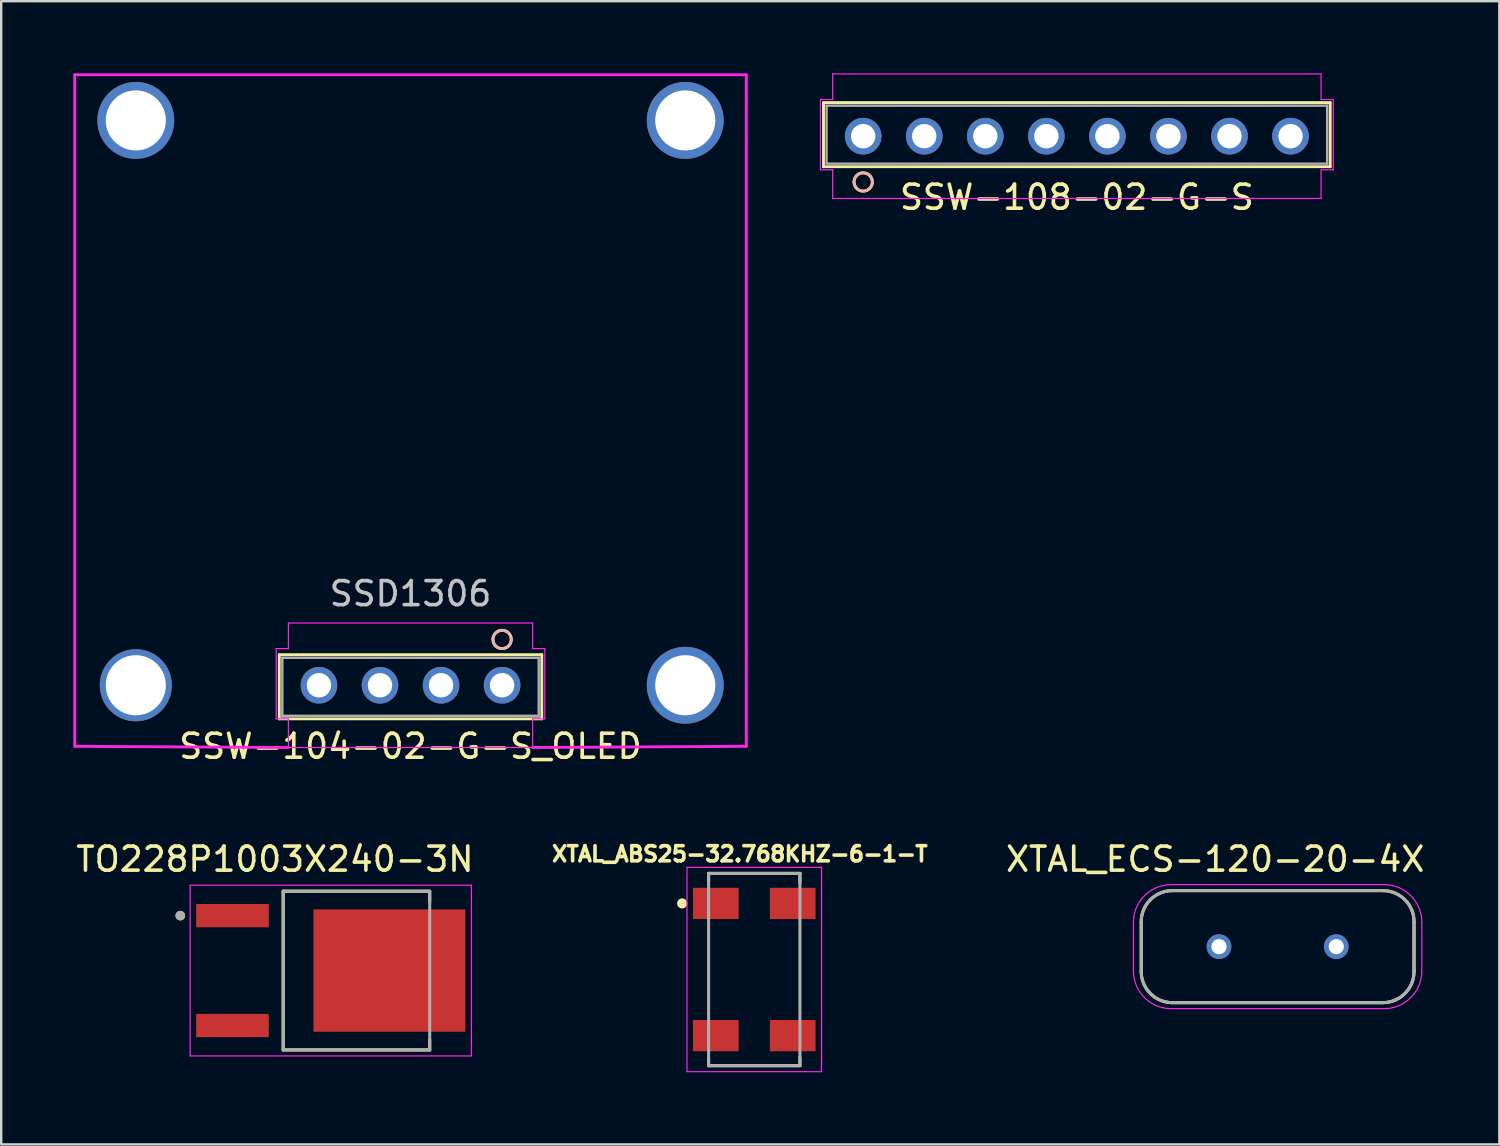
<source format=kicad_pcb>
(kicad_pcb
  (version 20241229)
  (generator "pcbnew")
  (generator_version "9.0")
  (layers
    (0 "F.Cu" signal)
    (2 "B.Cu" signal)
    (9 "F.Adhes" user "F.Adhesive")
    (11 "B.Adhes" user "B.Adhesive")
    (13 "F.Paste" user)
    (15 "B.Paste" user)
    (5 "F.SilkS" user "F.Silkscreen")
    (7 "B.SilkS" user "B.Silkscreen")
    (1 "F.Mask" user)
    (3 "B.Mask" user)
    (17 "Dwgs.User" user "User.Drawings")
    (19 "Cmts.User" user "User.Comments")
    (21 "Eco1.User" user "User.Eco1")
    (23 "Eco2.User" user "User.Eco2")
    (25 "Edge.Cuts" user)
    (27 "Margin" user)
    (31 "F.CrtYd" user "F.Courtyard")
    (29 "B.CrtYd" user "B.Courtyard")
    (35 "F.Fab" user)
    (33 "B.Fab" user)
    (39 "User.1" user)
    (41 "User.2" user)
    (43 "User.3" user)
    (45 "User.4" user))
  (footprint "TO228P1003X240-3N"
    (layer "F.Cu")
    (at 10.712 37.331)
    (property "Reference" "TO228P1003X240-3N" (at -2.325 -4.635 0) (layer "F.SilkS") (effects (font (size 1 1) (thickness 0.15))))
    (attr through_hole)
    (fp_line (start -1.98 3.302) (end -1.98 -3.302) (stroke (width 0.127) (type solid)) (layer "F.SilkS"))
    (fp_line (start 4.116 -3.302) (end -1.98 -3.302) (stroke (width 0.127) (type solid)) (layer "F.SilkS"))
    (fp_line (start 4.116 -2.865) (end 4.116 -3.302) (stroke (width 0.127) (type solid)) (layer "F.SilkS"))
    (fp_line (start 4.116 2.865) (end 4.116 3.302) (stroke (width 0.127) (type solid)) (layer "F.SilkS"))
    (fp_line (start 4.116 3.302) (end -1.98 3.302) (stroke (width 0.127) (type solid)) (layer "F.SilkS"))
    (fp_circle (center -6.261 -2.286) (end -6.161 -2.286) (stroke (width 0.2) (type solid)) (fill no) (layer "F.SilkS"))
    (fp_poly (pts (xy -0.45 -2.13) (xy 1.11 -2.13) (xy 1.11 -0.41) (xy -0.45 -0.41)) (stroke (width 0.01) (type solid)) (fill yes) (layer "F.Paste"))
    (fp_poly (pts (xy -0.45 0.41) (xy 1.11 0.41) (xy 1.11 2.13) (xy -0.45 2.13)) (stroke (width 0.01) (type solid)) (fill yes) (layer "F.Paste"))
    (fp_poly (pts (xy 1.66 -2.13) (xy 3.22 -2.13) (xy 3.22 -0.41) (xy 1.66 -0.41)) (stroke (width 0.01) (type solid)) (fill yes) (layer "F.Paste"))
    (fp_poly (pts (xy 1.66 0.41) (xy 3.22 0.41) (xy 3.22 2.13) (xy 1.66 2.13)) (stroke (width 0.01) (type solid)) (fill yes) (layer "F.Paste"))
    (fp_poly (pts (xy 3.77 -2.13) (xy 5.33 -2.13) (xy 5.33 -0.41) (xy 3.77 -0.41)) (stroke (width 0.01) (type solid)) (fill yes) (layer "F.Paste"))
    (fp_poly (pts (xy 3.77 0.41) (xy 5.33 0.41) (xy 5.33 2.13) (xy 3.77 2.13)) (stroke (width 0.01) (type solid)) (fill yes) (layer "F.Paste"))
    (fp_line (start -5.85 -3.552) (end -5.85 3.552) (stroke (width 0.05) (type solid)) (layer "F.CrtYd"))
    (fp_line (start -5.85 3.552) (end 5.85 3.552) (stroke (width 0.05) (type solid)) (layer "F.CrtYd"))
    (fp_line (start 5.85 -3.552) (end -5.85 -3.552) (stroke (width 0.05) (type solid)) (layer "F.CrtYd"))
    (fp_line (start 5.85 3.552) (end 5.85 -3.552) (stroke (width 0.05) (type solid)) (layer "F.CrtYd"))
    (fp_line (start -1.98 -3.302) (end 4.116 -3.302) (stroke (width 0.127) (type solid)) (layer "F.Fab"))
    (fp_line (start -1.98 3.302) (end -1.98 -3.302) (stroke (width 0.127) (type solid)) (layer "F.Fab"))
    (fp_line (start -1.98 3.302) (end 4.116 3.302) (stroke (width 0.127) (type solid)) (layer "F.Fab"))
    (fp_line (start 4.116 -3.302) (end 4.116 3.302) (stroke (width 0.127) (type solid)) (layer "F.Fab"))
    (fp_circle (center -6.261 -2.286) (end -6.161 -2.286) (stroke (width 0.2) (type solid)) (fill no) (layer "F.Fab"))
    (pad "1" smd rect (at -4.09 -2.286) (size 3.02 0.97) (layers "F.Cu" "F.Mask" "F.Paste"))
    (pad "3" smd rect (at -4.09 2.286) (size 3.02 0.97) (layers "F.Cu" "F.Mask" "F.Paste"))
    (pad "4" smd rect (at 2.44 0) (size 6.32 5.09) (layers "F.Cu" "F.Mask")))
  (footprint "SSW-108-02-G-S"
    (layer "F.Cu")
    (at 41.753 2.616)
    (property "Reference" "SSW-108-02-G-S" (at 0 2.54 0) (layer "F.SilkS") (effects (font (size 1 1) (thickness 0.15))))
    (attr through_hole)
    (fp_line (start -10.541 -1.397) (end -10.541 1.27) (stroke (width 0.12) (type solid)) (layer "F.SilkS"))
    (fp_line (start -10.541 1.27) (end 10.541 1.27) (stroke (width 0.12) (type solid)) (layer "F.SilkS"))
    (fp_line (start 10.541 -1.397) (end -10.541 -1.397) (stroke (width 0.12) (type solid)) (layer "F.SilkS"))
    (fp_line (start 10.541 1.27) (end 10.541 -1.397) (stroke (width 0.12) (type solid)) (layer "F.SilkS"))
    (fp_circle (center -8.89 1.905) (end -8.509 1.905) (stroke (width 0.12) (type solid)) (fill no) (layer "F.SilkS"))
    (fp_circle (center -8.89 1.905) (end -8.509 1.905) (stroke (width 0.12) (type solid)) (fill no) (layer "B.SilkS"))
    (fp_line (start -10.668 -1.524) (end -10.668 1.397) (stroke (width 0.05) (type solid)) (layer "F.CrtYd"))
    (fp_line (start -10.668 1.397) (end -10.16 1.397) (stroke (width 0.05) (type solid)) (layer "F.CrtYd"))
    (fp_line (start -10.16 -2.591) (end -10.16 -1.524) (stroke (width 0.05) (type solid)) (layer "F.CrtYd"))
    (fp_line (start -10.16 -1.524) (end -10.668 -1.524) (stroke (width 0.05) (type solid)) (layer "F.CrtYd"))
    (fp_line (start -10.16 1.397) (end -10.16 2.591) (stroke (width 0.05) (type solid)) (layer "F.CrtYd"))
    (fp_line (start -10.16 2.591) (end 10.16 2.591) (stroke (width 0.05) (type solid)) (layer "F.CrtYd"))
    (fp_line (start 10.16 -2.591) (end -10.16 -2.591) (stroke (width 0.05) (type solid)) (layer "F.CrtYd"))
    (fp_line (start 10.16 -1.524) (end 10.16 -2.591) (stroke (width 0.05) (type solid)) (layer "F.CrtYd"))
    (fp_line (start 10.16 1.397) (end 10.668 1.397) (stroke (width 0.05) (type solid)) (layer "F.CrtYd"))
    (fp_line (start 10.16 2.591) (end 10.16 1.397) (stroke (width 0.05) (type solid)) (layer "F.CrtYd"))
    (fp_line (start 10.668 -1.524) (end 10.16 -1.524) (stroke (width 0.05) (type solid)) (layer "F.CrtYd"))
    (fp_line (start 10.668 1.397) (end 10.668 -1.524) (stroke (width 0.05) (type solid)) (layer "F.CrtYd"))
    (fp_line (start -10.414 -1.27) (end -10.414 1.143) (stroke (width 0.1) (type solid)) (layer "F.Fab"))
    (fp_line (start -10.414 1.143) (end 10.414 1.143) (stroke (width 0.1) (type solid)) (layer "F.Fab"))
    (fp_line (start 10.414 -1.27) (end -10.414 -1.27) (stroke (width 0.1) (type solid)) (layer "F.Fab"))
    (fp_line (start 10.414 1.143) (end 10.414 -1.27) (stroke (width 0.1) (type solid)) (layer "F.Fab"))
    (fp_circle (center -8.89 0) (end -8.636 0) (stroke (width 0.1) (type solid)) (fill no) (layer "F.Fab"))
    (fp_text user "Copyright 2021 Accelerated Designs. All rights reserved." (at 0 0 0) (layer "Cmts.User") (effects (font (size 0.127 0.127) (thickness 0.002))))
    (pad "1" thru_hole circle (at -8.89 0 90) (size 1.524 1.524) (drill 1.016) (layers "*.Cu" "*.Mask"))
    (pad "2" thru_hole circle (at -6.35 0 90) (size 1.524 1.524) (drill 1.016) (layers "*.Cu" "*.Mask"))
    (pad "3" thru_hole circle (at -3.81 0 90) (size 1.524 1.524) (drill 1.016) (layers "*.Cu" "*.Mask"))
    (pad "4" thru_hole circle (at -1.27 0 90) (size 1.524 1.524) (drill 1.016) (layers "*.Cu" "*.Mask"))
    (pad "5" thru_hole circle (at 1.27 0 90) (size 1.524 1.524) (drill 1.016) (layers "*.Cu" "*.Mask"))
    (pad "6" thru_hole circle (at 3.81 0 90) (size 1.524 1.524) (drill 1.016) (layers "*.Cu" "*.Mask"))
    (pad "7" thru_hole circle (at 6.35 0 90) (size 1.524 1.524) (drill 1.016) (layers "*.Cu" "*.Mask"))
    (pad "8" thru_hole circle (at 8.89 0 90) (size 1.524 1.524) (drill 1.016) (layers "*.Cu" "*.Mask")))
  (footprint "XTAL_ABS25-32.768KHZ-6-1-T"
    (layer "F.Cu")
    (at 28.331 37.287)
    (property "Reference" "XTAL_ABS25-32.768KHZ-6-1-T" (at -0.601 -4.806 0) (layer "F.SilkS") (effects (font (size 0.631 0.631) (thickness 0.15))))
    (attr through_hole)
    (fp_line (start -1.9 -4) (end -1.9 -3.65) (stroke (width 0.127) (type solid)) (layer "F.SilkS"))
    (fp_line (start -1.9 4) (end -1.9 3.7) (stroke (width 0.127) (type solid)) (layer "F.SilkS"))
    (fp_line (start 1.9 -4) (end -1.9 -4) (stroke (width 0.127) (type solid)) (layer "F.SilkS"))
    (fp_line (start 1.9 -3.6) (end 1.9 -4) (stroke (width 0.127) (type solid)) (layer "F.SilkS"))
    (fp_line (start 1.9 3.65) (end 1.9 4) (stroke (width 0.127) (type solid)) (layer "F.SilkS"))
    (fp_line (start 1.9 4) (end -1.9 4) (stroke (width 0.127) (type solid)) (layer "F.SilkS"))
    (fp_circle (center -3 -2.75) (end -2.888 -2.75) (stroke (width 0.2) (type solid)) (fill no) (layer "F.SilkS"))
    (fp_line (start -2.8 -4.25) (end -2.8 4.25) (stroke (width 0.05) (type solid)) (layer "F.CrtYd"))
    (fp_line (start -2.8 4.25) (end 2.8 4.25) (stroke (width 0.05) (type solid)) (layer "F.CrtYd"))
    (fp_line (start 2.8 -4.25) (end -2.8 -4.25) (stroke (width 0.05) (type solid)) (layer "F.CrtYd"))
    (fp_line (start 2.8 4.25) (end 2.8 -4.25) (stroke (width 0.05) (type solid)) (layer "F.CrtYd"))
    (fp_line (start -1.9 -4) (end -1.9 4) (stroke (width 0.127) (type solid)) (layer "F.Fab"))
    (fp_line (start -1.9 4) (end 1.9 4) (stroke (width 0.127) (type solid)) (layer "F.Fab"))
    (fp_line (start 1.9 -4) (end -1.9 -4) (stroke (width 0.127) (type solid)) (layer "F.Fab"))
    (fp_line (start 1.9 4) (end 1.9 -4) (stroke (width 0.127) (type solid)) (layer "F.Fab"))
    (pad "1" smd rect (at -1.6 -2.75) (size 1.9 1.3) (layers "F.Cu" "F.Mask" "F.Paste"))
    (pad "2" smd rect (at -1.6 2.75) (size 1.9 1.3) (layers "F.Cu" "F.Mask" "F.Paste"))
    (pad "3" smd rect (at 1.6 2.75) (size 1.9 1.3) (layers "F.Cu" "F.Mask" "F.Paste"))
    (pad "4" smd rect (at 1.6 -2.75) (size 1.9 1.3) (layers "F.Cu" "F.Mask" "F.Paste")))
  (footprint "SSW-104-02-G-S_OLED"
    (layer "F.Cu")
    (at 14.03 25.46)
    (property "Reference" "SSW-104-02-G-S_OLED" (at 0 2.54 0) (layer "F.SilkS") (effects (font (size 1 1) (thickness 0.15))))
    (attr through_hole)
    (fp_line (start -5.461 -1.27) (end -5.461 1.397) (stroke (width 0.12) (type solid)) (layer "F.SilkS"))
    (fp_line (start -5.461 1.397) (end 5.461 1.397) (stroke (width 0.12) (type solid)) (layer "F.SilkS"))
    (fp_line (start 5.461 -1.27) (end -5.461 -1.27) (stroke (width 0.12) (type solid)) (layer "F.SilkS"))
    (fp_line (start 5.461 1.397) (end 5.461 -1.27) (stroke (width 0.12) (type solid)) (layer "F.SilkS"))
    (fp_circle (center 3.81 -1.905) (end 3.429 -1.905) (stroke (width 0.12) (type solid)) (fill no) (layer "F.SilkS"))
    (fp_circle (center 3.81 -1.905) (end 3.429 -1.905) (stroke (width 0.12) (type solid)) (fill no) (layer "B.SilkS"))
    (fp_line (start -13.97 -25.4) (end 13.97 -25.4) (stroke (width 0.12) (type solid)) (layer "F.CrtYd"))
    (fp_line (start -13.97 2.54) (end -13.97 -25.4) (stroke (width 0.12) (type solid)) (layer "F.CrtYd"))
    (fp_line (start -5.588 -1.524) (end -5.588 1.397) (stroke (width 0.05) (type solid)) (layer "F.CrtYd"))
    (fp_line (start -5.588 1.397) (end -5.08 1.397) (stroke (width 0.05) (type solid)) (layer "F.CrtYd"))
    (fp_line (start -5.08 -2.591) (end -5.08 -1.524) (stroke (width 0.05) (type solid)) (layer "F.CrtYd"))
    (fp_line (start -5.08 -1.524) (end -5.588 -1.524) (stroke (width 0.05) (type solid)) (layer "F.CrtYd"))
    (fp_line (start -5.08 1.397) (end -5.08 2.591) (stroke (width 0.05) (type solid)) (layer "F.CrtYd"))
    (fp_line (start -5.08 2.591) (end -13.97 2.54) (stroke (width 0.12) (type solid)) (layer "F.CrtYd"))
    (fp_line (start -5.08 2.591) (end 5.08 2.591) (stroke (width 0.05) (type solid)) (layer "F.CrtYd"))
    (fp_line (start 5.08 -2.591) (end -5.08 -2.591) (stroke (width 0.05) (type solid)) (layer "F.CrtYd"))
    (fp_line (start 5.08 -1.524) (end 5.08 -2.591) (stroke (width 0.05) (type solid)) (layer "F.CrtYd"))
    (fp_line (start 5.08 1.397) (end 5.588 1.397) (stroke (width 0.05) (type solid)) (layer "F.CrtYd"))
    (fp_line (start 5.08 2.591) (end 5.08 1.397) (stroke (width 0.05) (type solid)) (layer "F.CrtYd"))
    (fp_line (start 5.588 -1.524) (end 5.08 -1.524) (stroke (width 0.05) (type solid)) (layer "F.CrtYd"))
    (fp_line (start 5.588 1.397) (end 5.588 -1.524) (stroke (width 0.05) (type solid)) (layer "F.CrtYd"))
    (fp_line (start 13.97 -25.4) (end 13.97 2.54) (stroke (width 0.12) (type solid)) (layer "F.CrtYd"))
    (fp_line (start 13.97 2.54) (end 5.08 2.591) (stroke (width 0.12) (type solid)) (layer "F.CrtYd"))
    (fp_line (start -5.334 -1.143) (end -5.334 1.27) (stroke (width 0.1) (type solid)) (layer "F.Fab"))
    (fp_line (start -5.334 1.27) (end 5.334 1.27) (stroke (width 0.1) (type solid)) (layer "F.Fab"))
    (fp_line (start 5.334 -1.143) (end -5.334 -1.143) (stroke (width 0.1) (type solid)) (layer "F.Fab"))
    (fp_line (start 5.334 1.27) (end 5.334 -1.143) (stroke (width 0.1) (type solid)) (layer "F.Fab"))
    (fp_circle (center 3.81 0) (end 3.556 0) (stroke (width 0.1) (type solid)) (fill no) (layer "F.Fab"))
    (fp_text user "SSD1306" (at 0 -3.81 0) (layer "Dwgs.User") (effects (font (size 1 1) (thickness 0.15))))
    (fp_text user "Copyright 2021 Accelerated Designs. All rights reserved." (at 0 0 180) (layer "Cmts.User") (effects (font (size 0.127 0.127) (thickness 0.002))))
    (pad "" thru_hole circle (at -11.43 -23.5) (size 3.2 3.2) (drill 2.5) (layers "*.Cu" "*.Mask"))
    (pad "" thru_hole circle (at -11.43 0) (size 3 3) (drill 2.5) (layers "*.Cu" "*.Mask"))
    (pad "" thru_hole circle (at 11.43 -23.5) (size 3.2 3.2) (drill 2.5) (layers "*.Cu" "*.Mask"))
    (pad "" thru_hole circle (at 11.43 0) (size 3.2 3.2) (drill 2.5) (layers "*.Cu" "*.Mask"))
    (pad "1" thru_hole circle (at 3.81 0 270) (size 1.524 1.524) (drill 1.016) (layers "*.Cu" "*.Mask"))
    (pad "2" thru_hole circle (at 1.27 0 270) (size 1.524 1.524) (drill 1.016) (layers "*.Cu" "*.Mask"))
    (pad "3" thru_hole circle (at -1.27 0 270) (size 1.524 1.524) (drill 1.016) (layers "*.Cu" "*.Mask"))
    (pad "4" thru_hole circle (at -3.81 0 270) (size 1.524 1.524) (drill 1.016) (layers "*.Cu" "*.Mask")))
  (footprint "XTAL_ECS-120-20-4X"
    (layer "F.Cu")
    (at 50.106 36.335)
    (property "Reference" "XTAL_ECS-120-20-4X" (at -2.597 -3.638 0) (layer "F.SilkS") (effects (font (size 1.001 1.001) (thickness 0.15))))
    (attr through_hole)
    (fp_line (start -5.675 1.01) (end -5.675 -1.01) (stroke (width 0.127) (type solid)) (layer "F.SilkS"))
    (fp_line (start -4.405 -2.33) (end 4.405 -2.33) (stroke (width 0.127) (type solid)) (layer "F.SilkS"))
    (fp_line (start 4.405 2.33) (end -4.405 2.33) (stroke (width 0.127) (type solid)) (layer "F.SilkS"))
    (fp_line (start 5.675 -1.01) (end 5.675 1.01) (stroke (width 0.127) (type solid)) (layer "F.SilkS"))
    (fp_arc (start -5.675 -1.01) (mid -5.313381 -1.933026) (end -4.405 -2.33) (stroke (width 0.127) (type solid)) (layer "F.SilkS"))
    (fp_arc (start -4.405 2.33) (mid -5.313381 1.933026) (end -5.675 1.01) (stroke (width 0.127) (type solid)) (layer "F.SilkS"))
    (fp_arc (start 4.405 -2.33) (mid 5.313381 -1.933026) (end 5.675 -1.01) (stroke (width 0.127) (type solid)) (layer "F.SilkS"))
    (fp_arc (start 5.675 1.01) (mid 5.313381 1.933026) (end 4.405 2.33) (stroke (width 0.127) (type solid)) (layer "F.SilkS"))
    (fp_line (start -6 1.01) (end -6 -1.01) (stroke (width 0.05) (type solid)) (layer "F.CrtYd"))
    (fp_line (start -4.43 -2.58) (end 4.43 -2.58) (stroke (width 0.05) (type solid)) (layer "F.CrtYd"))
    (fp_line (start 4.43 2.58) (end -4.43 2.58) (stroke (width 0.05) (type solid)) (layer "F.CrtYd"))
    (fp_line (start 6 -1.01) (end 6 1.01) (stroke (width 0.05) (type solid)) (layer "F.CrtYd"))
    (fp_arc (start -6 -1.01) (mid -5.540158 -2.120158) (end -4.43 -2.58) (stroke (width 0.05) (type solid)) (layer "F.CrtYd"))
    (fp_arc (start -4.43 2.58) (mid -5.540158 2.120158) (end -6 1.01) (stroke (width 0.05) (type solid)) (layer "F.CrtYd"))
    (fp_arc (start 4.43 -2.58) (mid 5.540158 -2.120158) (end 6 -1.01) (stroke (width 0.05) (type solid)) (layer "F.CrtYd"))
    (fp_arc (start 6 1.01) (mid 5.540158 2.120158) (end 4.43 2.58) (stroke (width 0.05) (type solid)) (layer "F.CrtYd"))
    (fp_line (start -5.675 1.01) (end -5.675 -1.01) (stroke (width 0.127) (type solid)) (layer "F.Fab"))
    (fp_line (start -4.405 -2.33) (end 4.405 -2.33) (stroke (width 0.127) (type solid)) (layer "F.Fab"))
    (fp_line (start 4.405 2.33) (end -4.405 2.33) (stroke (width 0.127) (type solid)) (layer "F.Fab"))
    (fp_line (start 5.675 -1.01) (end 5.675 1.01) (stroke (width 0.127) (type solid)) (layer "F.Fab"))
    (fp_arc (start -5.675 -1.01) (mid -5.313381 -1.933026) (end -4.405 -2.33) (stroke (width 0.127) (type solid)) (layer "F.Fab"))
    (fp_arc (start -4.405 2.33) (mid -5.313381 1.933026) (end -5.675 1.01) (stroke (width 0.127) (type solid)) (layer "F.Fab"))
    (fp_arc (start 4.405 -2.33) (mid 5.313381 -1.933026) (end 5.675 -1.01) (stroke (width 0.127) (type solid)) (layer "F.Fab"))
    (fp_arc (start 5.675 1.01) (mid 5.313381 1.933026) (end 4.405 2.33) (stroke (width 0.127) (type solid)) (layer "F.Fab"))
    (pad "1" thru_hole circle (at -2.44 0) (size 1.03 1.03) (drill 0.63) (layers "*.Cu" "*.Mask"))
    (pad "2" thru_hole circle (at 2.44 0) (size 1.03 1.03) (drill 0.63) (layers "*.Cu" "*.Mask")))
  (gr_rect
    (start -3 -3)
    (end 59.331 44.562)
    (stroke (width 0.1) (type default))
    (fill no)
    (layer "Edge.Cuts")))
</source>
